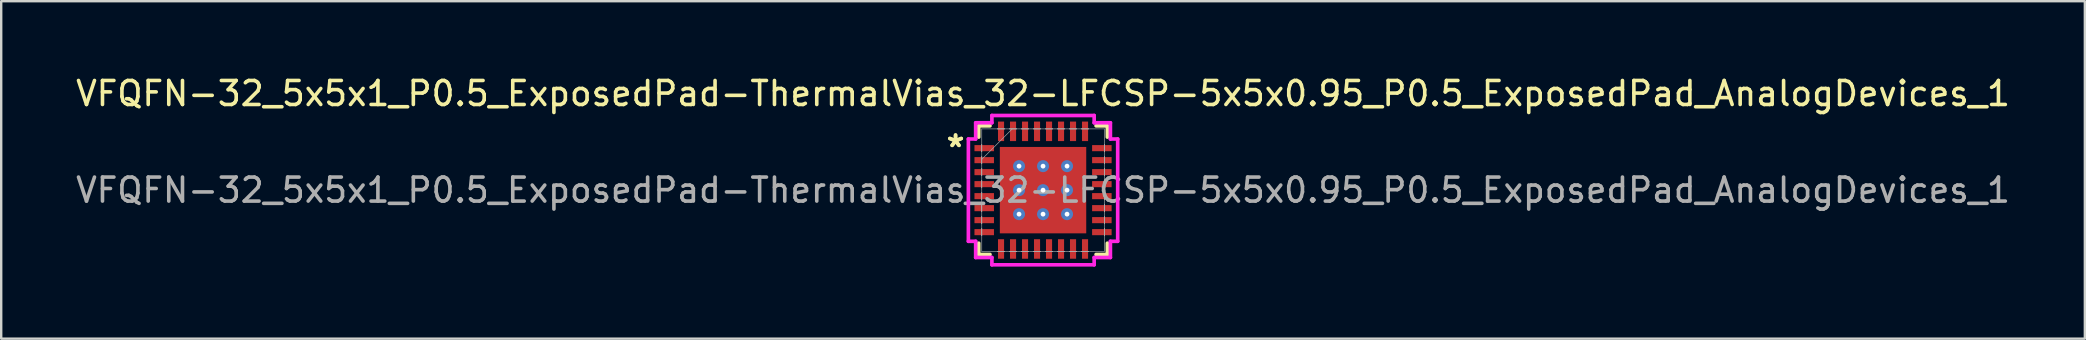
<source format=kicad_pcb>
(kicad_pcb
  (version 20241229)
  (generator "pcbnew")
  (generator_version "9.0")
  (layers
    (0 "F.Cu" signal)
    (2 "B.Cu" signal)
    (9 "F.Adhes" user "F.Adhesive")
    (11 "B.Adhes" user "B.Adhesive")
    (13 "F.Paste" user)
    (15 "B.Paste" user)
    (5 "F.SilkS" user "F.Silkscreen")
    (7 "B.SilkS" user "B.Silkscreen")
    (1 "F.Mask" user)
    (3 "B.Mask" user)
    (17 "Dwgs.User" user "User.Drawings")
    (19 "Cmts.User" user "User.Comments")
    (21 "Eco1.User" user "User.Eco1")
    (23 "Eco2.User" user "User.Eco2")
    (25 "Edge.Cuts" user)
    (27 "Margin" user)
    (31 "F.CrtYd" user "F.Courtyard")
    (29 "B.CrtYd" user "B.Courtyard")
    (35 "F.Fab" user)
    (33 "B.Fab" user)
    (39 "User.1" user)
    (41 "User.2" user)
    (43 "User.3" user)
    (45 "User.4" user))
  (footprint "VFQFN-32_5x5x1_P0.5_ExposedPad-ThermalVias_32-LFCSP-5x5x0.95_P0.5_ExposedPad_AnalogDevices_1"
    (layer "F.Cu")
    (at 40.411 4.873)
    (property "Reference" "VFQFN-32_5x5x1_P0.5_ExposedPad-ThermalVias_32-LFCSP-5x5x0.95_P0.5_ExposedPad_AnalogDevices_1" (at 0 -4.025 0) (unlocked yes) (layer "F.SilkS") (effects (font (size 1 1) (thickness 0.15))))
    (attr smd)
    (fp_line (start -2.68 -2.68) (end -2.68 -2.21) (stroke (width 0.152) (type solid)) (layer "F.SilkS"))
    (fp_line (start -2.68 2.21) (end -2.68 2.68) (stroke (width 0.152) (type solid)) (layer "F.SilkS"))
    (fp_line (start -2.68 2.68) (end -2.21 2.68) (stroke (width 0.152) (type solid)) (layer "F.SilkS"))
    (fp_line (start -2.21 -2.68) (end -2.68 -2.68) (stroke (width 0.152) (type solid)) (layer "F.SilkS"))
    (fp_line (start 2.21 2.68) (end 2.68 2.68) (stroke (width 0.152) (type solid)) (layer "F.SilkS"))
    (fp_line (start 2.68 -2.68) (end 2.21 -2.68) (stroke (width 0.152) (type solid)) (layer "F.SilkS"))
    (fp_line (start 2.68 -2.21) (end 2.68 -2.68) (stroke (width 0.152) (type solid)) (layer "F.SilkS"))
    (fp_line (start 2.68 2.68) (end 2.68 2.21) (stroke (width 0.152) (type solid)) (layer "F.SilkS"))
    (fp_line (start -3.111 -2.131) (end -2.807 -2.131) (stroke (width 0.152) (type solid)) (layer "F.CrtYd"))
    (fp_line (start -3.111 2.131) (end -3.111 -2.131) (stroke (width 0.152) (type solid)) (layer "F.CrtYd"))
    (fp_line (start -2.807 -2.807) (end -2.131 -2.807) (stroke (width 0.152) (type solid)) (layer "F.CrtYd"))
    (fp_line (start -2.807 -2.131) (end -2.807 -2.807) (stroke (width 0.152) (type solid)) (layer "F.CrtYd"))
    (fp_line (start -2.807 2.131) (end -3.111 2.131) (stroke (width 0.152) (type solid)) (layer "F.CrtYd"))
    (fp_line (start -2.807 2.807) (end -2.807 2.131) (stroke (width 0.152) (type solid)) (layer "F.CrtYd"))
    (fp_line (start -2.131 -3.111) (end 2.131 -3.111) (stroke (width 0.152) (type solid)) (layer "F.CrtYd"))
    (fp_line (start -2.131 -2.807) (end -2.131 -3.111) (stroke (width 0.152) (type solid)) (layer "F.CrtYd"))
    (fp_line (start -2.131 2.807) (end -2.807 2.807) (stroke (width 0.152) (type solid)) (layer "F.CrtYd"))
    (fp_line (start -2.131 3.111) (end -2.131 2.807) (stroke (width 0.152) (type solid)) (layer "F.CrtYd"))
    (fp_line (start 2.131 -3.111) (end 2.131 -2.807) (stroke (width 0.152) (type solid)) (layer "F.CrtYd"))
    (fp_line (start 2.131 -2.807) (end 2.807 -2.807) (stroke (width 0.152) (type solid)) (layer "F.CrtYd"))
    (fp_line (start 2.131 2.807) (end 2.131 3.111) (stroke (width 0.152) (type solid)) (layer "F.CrtYd"))
    (fp_line (start 2.131 3.111) (end -2.131 3.111) (stroke (width 0.152) (type solid)) (layer "F.CrtYd"))
    (fp_line (start 2.807 -2.807) (end 2.807 -2.131) (stroke (width 0.152) (type solid)) (layer "F.CrtYd"))
    (fp_line (start 2.807 -2.131) (end 3.111 -2.131) (stroke (width 0.152) (type solid)) (layer "F.CrtYd"))
    (fp_line (start 2.807 2.131) (end 2.807 2.807) (stroke (width 0.152) (type solid)) (layer "F.CrtYd"))
    (fp_line (start 2.807 2.807) (end 2.131 2.807) (stroke (width 0.152) (type solid)) (layer "F.CrtYd"))
    (fp_line (start 3.111 -2.131) (end 3.111 2.131) (stroke (width 0.152) (type solid)) (layer "F.CrtYd"))
    (fp_line (start 3.111 2.131) (end 2.807 2.131) (stroke (width 0.152) (type solid)) (layer "F.CrtYd"))
    (fp_line (start -2.553 -2.553) (end -2.553 2.553) (stroke (width 0.025) (type solid)) (layer "F.Fab"))
    (fp_line (start -2.553 -1.902) (end -2.553 -1.902) (stroke (width 0.025) (type solid)) (layer "F.Fab"))
    (fp_line (start -2.553 -1.902) (end -2.553 -1.598) (stroke (width 0.025) (type solid)) (layer "F.Fab"))
    (fp_line (start -2.553 -1.598) (end -2.553 -1.902) (stroke (width 0.025) (type solid)) (layer "F.Fab"))
    (fp_line (start -2.553 -1.598) (end -2.553 -1.598) (stroke (width 0.025) (type solid)) (layer "F.Fab"))
    (fp_line (start -2.553 -1.402) (end -2.553 -1.402) (stroke (width 0.025) (type solid)) (layer "F.Fab"))
    (fp_line (start -2.553 -1.402) (end -2.553 -1.098) (stroke (width 0.025) (type solid)) (layer "F.Fab"))
    (fp_line (start -2.553 -1.283) (end -1.283 -2.553) (stroke (width 0.025) (type solid)) (layer "F.Fab"))
    (fp_line (start -2.553 -1.098) (end -2.553 -1.402) (stroke (width 0.025) (type solid)) (layer "F.Fab"))
    (fp_line (start -2.553 -1.098) (end -2.553 -1.098) (stroke (width 0.025) (type solid)) (layer "F.Fab"))
    (fp_line (start -2.553 -0.902) (end -2.553 -0.902) (stroke (width 0.025) (type solid)) (layer "F.Fab"))
    (fp_line (start -2.553 -0.902) (end -2.553 -0.598) (stroke (width 0.025) (type solid)) (layer "F.Fab"))
    (fp_line (start -2.553 -0.598) (end -2.553 -0.902) (stroke (width 0.025) (type solid)) (layer "F.Fab"))
    (fp_line (start -2.553 -0.598) (end -2.553 -0.598) (stroke (width 0.025) (type solid)) (layer "F.Fab"))
    (fp_line (start -2.553 -0.402) (end -2.553 -0.402) (stroke (width 0.025) (type solid)) (layer "F.Fab"))
    (fp_line (start -2.553 -0.402) (end -2.553 -0.098) (stroke (width 0.025) (type solid)) (layer "F.Fab"))
    (fp_line (start -2.553 -0.098) (end -2.553 -0.402) (stroke (width 0.025) (type solid)) (layer "F.Fab"))
    (fp_line (start -2.553 -0.098) (end -2.553 -0.098) (stroke (width 0.025) (type solid)) (layer "F.Fab"))
    (fp_line (start -2.553 0.098) (end -2.553 0.098) (stroke (width 0.025) (type solid)) (layer "F.Fab"))
    (fp_line (start -2.553 0.098) (end -2.553 0.402) (stroke (width 0.025) (type solid)) (layer "F.Fab"))
    (fp_line (start -2.553 0.402) (end -2.553 0.098) (stroke (width 0.025) (type solid)) (layer "F.Fab"))
    (fp_line (start -2.553 0.402) (end -2.553 0.402) (stroke (width 0.025) (type solid)) (layer "F.Fab"))
    (fp_line (start -2.553 0.598) (end -2.553 0.598) (stroke (width 0.025) (type solid)) (layer "F.Fab"))
    (fp_line (start -2.553 0.598) (end -2.553 0.902) (stroke (width 0.025) (type solid)) (layer "F.Fab"))
    (fp_line (start -2.553 0.902) (end -2.553 0.598) (stroke (width 0.025) (type solid)) (layer "F.Fab"))
    (fp_line (start -2.553 0.902) (end -2.553 0.902) (stroke (width 0.025) (type solid)) (layer "F.Fab"))
    (fp_line (start -2.553 1.098) (end -2.553 1.098) (stroke (width 0.025) (type solid)) (layer "F.Fab"))
    (fp_line (start -2.553 1.098) (end -2.553 1.402) (stroke (width 0.025) (type solid)) (layer "F.Fab"))
    (fp_line (start -2.553 1.402) (end -2.553 1.098) (stroke (width 0.025) (type solid)) (layer "F.Fab"))
    (fp_line (start -2.553 1.402) (end -2.553 1.402) (stroke (width 0.025) (type solid)) (layer "F.Fab"))
    (fp_line (start -2.553 1.598) (end -2.553 1.598) (stroke (width 0.025) (type solid)) (layer "F.Fab"))
    (fp_line (start -2.553 1.598) (end -2.553 1.902) (stroke (width 0.025) (type solid)) (layer "F.Fab"))
    (fp_line (start -2.553 1.902) (end -2.553 1.598) (stroke (width 0.025) (type solid)) (layer "F.Fab"))
    (fp_line (start -2.553 1.902) (end -2.553 1.902) (stroke (width 0.025) (type solid)) (layer "F.Fab"))
    (fp_line (start -2.553 2.553) (end 2.553 2.553) (stroke (width 0.025) (type solid)) (layer "F.Fab"))
    (fp_line (start -1.902 -2.553) (end -1.902 -2.553) (stroke (width 0.025) (type solid)) (layer "F.Fab"))
    (fp_line (start -1.902 -2.553) (end -1.598 -2.553) (stroke (width 0.025) (type solid)) (layer "F.Fab"))
    (fp_line (start -1.902 2.553) (end -1.902 2.553) (stroke (width 0.025) (type solid)) (layer "F.Fab"))
    (fp_line (start -1.902 2.553) (end -1.598 2.553) (stroke (width 0.025) (type solid)) (layer "F.Fab"))
    (fp_line (start -1.598 -2.553) (end -1.902 -2.553) (stroke (width 0.025) (type solid)) (layer "F.Fab"))
    (fp_line (start -1.598 -2.553) (end -1.598 -2.553) (stroke (width 0.025) (type solid)) (layer "F.Fab"))
    (fp_line (start -1.598 2.553) (end -1.902 2.553) (stroke (width 0.025) (type solid)) (layer "F.Fab"))
    (fp_line (start -1.598 2.553) (end -1.598 2.553) (stroke (width 0.025) (type solid)) (layer "F.Fab"))
    (fp_line (start -1.402 -2.553) (end -1.402 -2.553) (stroke (width 0.025) (type solid)) (layer "F.Fab"))
    (fp_line (start -1.402 -2.553) (end -1.098 -2.553) (stroke (width 0.025) (type solid)) (layer "F.Fab"))
    (fp_line (start -1.402 2.553) (end -1.402 2.553) (stroke (width 0.025) (type solid)) (layer "F.Fab"))
    (fp_line (start -1.402 2.553) (end -1.098 2.553) (stroke (width 0.025) (type solid)) (layer "F.Fab"))
    (fp_line (start -1.098 -2.553) (end -1.402 -2.553) (stroke (width 0.025) (type solid)) (layer "F.Fab"))
    (fp_line (start -1.098 -2.553) (end -1.098 -2.553) (stroke (width 0.025) (type solid)) (layer "F.Fab"))
    (fp_line (start -1.098 2.553) (end -1.402 2.553) (stroke (width 0.025) (type solid)) (layer "F.Fab"))
    (fp_line (start -1.098 2.553) (end -1.098 2.553) (stroke (width 0.025) (type solid)) (layer "F.Fab"))
    (fp_line (start -0.902 -2.553) (end -0.902 -2.553) (stroke (width 0.025) (type solid)) (layer "F.Fab"))
    (fp_line (start -0.902 -2.553) (end -0.598 -2.553) (stroke (width 0.025) (type solid)) (layer "F.Fab"))
    (fp_line (start -0.902 2.553) (end -0.902 2.553) (stroke (width 0.025) (type solid)) (layer "F.Fab"))
    (fp_line (start -0.902 2.553) (end -0.598 2.553) (stroke (width 0.025) (type solid)) (layer "F.Fab"))
    (fp_line (start -0.598 -2.553) (end -0.902 -2.553) (stroke (width 0.025) (type solid)) (layer "F.Fab"))
    (fp_line (start -0.598 -2.553) (end -0.598 -2.553) (stroke (width 0.025) (type solid)) (layer "F.Fab"))
    (fp_line (start -0.598 2.553) (end -0.902 2.553) (stroke (width 0.025) (type solid)) (layer "F.Fab"))
    (fp_line (start -0.598 2.553) (end -0.598 2.553) (stroke (width 0.025) (type solid)) (layer "F.Fab"))
    (fp_line (start -0.402 -2.553) (end -0.402 -2.553) (stroke (width 0.025) (type solid)) (layer "F.Fab"))
    (fp_line (start -0.402 -2.553) (end -0.098 -2.553) (stroke (width 0.025) (type solid)) (layer "F.Fab"))
    (fp_line (start -0.402 2.553) (end -0.402 2.553) (stroke (width 0.025) (type solid)) (layer "F.Fab"))
    (fp_line (start -0.402 2.553) (end -0.098 2.553) (stroke (width 0.025) (type solid)) (layer "F.Fab"))
    (fp_line (start -0.098 -2.553) (end -0.402 -2.553) (stroke (width 0.025) (type solid)) (layer "F.Fab"))
    (fp_line (start -0.098 -2.553) (end -0.098 -2.553) (stroke (width 0.025) (type solid)) (layer "F.Fab"))
    (fp_line (start -0.098 2.553) (end -0.402 2.553) (stroke (width 0.025) (type solid)) (layer "F.Fab"))
    (fp_line (start -0.098 2.553) (end -0.098 2.553) (stroke (width 0.025) (type solid)) (layer "F.Fab"))
    (fp_line (start 0.098 -2.553) (end 0.098 -2.553) (stroke (width 0.025) (type solid)) (layer "F.Fab"))
    (fp_line (start 0.098 -2.553) (end 0.402 -2.553) (stroke (width 0.025) (type solid)) (layer "F.Fab"))
    (fp_line (start 0.098 2.553) (end 0.098 2.553) (stroke (width 0.025) (type solid)) (layer "F.Fab"))
    (fp_line (start 0.098 2.553) (end 0.402 2.553) (stroke (width 0.025) (type solid)) (layer "F.Fab"))
    (fp_line (start 0.402 -2.553) (end 0.098 -2.553) (stroke (width 0.025) (type solid)) (layer "F.Fab"))
    (fp_line (start 0.402 -2.553) (end 0.402 -2.553) (stroke (width 0.025) (type solid)) (layer "F.Fab"))
    (fp_line (start 0.402 2.553) (end 0.098 2.553) (stroke (width 0.025) (type solid)) (layer "F.Fab"))
    (fp_line (start 0.402 2.553) (end 0.402 2.553) (stroke (width 0.025) (type solid)) (layer "F.Fab"))
    (fp_line (start 0.598 -2.553) (end 0.598 -2.553) (stroke (width 0.025) (type solid)) (layer "F.Fab"))
    (fp_line (start 0.598 -2.553) (end 0.902 -2.553) (stroke (width 0.025) (type solid)) (layer "F.Fab"))
    (fp_line (start 0.598 2.553) (end 0.598 2.553) (stroke (width 0.025) (type solid)) (layer "F.Fab"))
    (fp_line (start 0.598 2.553) (end 0.902 2.553) (stroke (width 0.025) (type solid)) (layer "F.Fab"))
    (fp_line (start 0.902 -2.553) (end 0.598 -2.553) (stroke (width 0.025) (type solid)) (layer "F.Fab"))
    (fp_line (start 0.902 -2.553) (end 0.902 -2.553) (stroke (width 0.025) (type solid)) (layer "F.Fab"))
    (fp_line (start 0.902 2.553) (end 0.598 2.553) (stroke (width 0.025) (type solid)) (layer "F.Fab"))
    (fp_line (start 0.902 2.553) (end 0.902 2.553) (stroke (width 0.025) (type solid)) (layer "F.Fab"))
    (fp_line (start 1.098 -2.553) (end 1.098 -2.553) (stroke (width 0.025) (type solid)) (layer "F.Fab"))
    (fp_line (start 1.098 -2.553) (end 1.402 -2.553) (stroke (width 0.025) (type solid)) (layer "F.Fab"))
    (fp_line (start 1.098 2.553) (end 1.098 2.553) (stroke (width 0.025) (type solid)) (layer "F.Fab"))
    (fp_line (start 1.098 2.553) (end 1.402 2.553) (stroke (width 0.025) (type solid)) (layer "F.Fab"))
    (fp_line (start 1.402 -2.553) (end 1.098 -2.553) (stroke (width 0.025) (type solid)) (layer "F.Fab"))
    (fp_line (start 1.402 -2.553) (end 1.402 -2.553) (stroke (width 0.025) (type solid)) (layer "F.Fab"))
    (fp_line (start 1.402 2.553) (end 1.098 2.553) (stroke (width 0.025) (type solid)) (layer "F.Fab"))
    (fp_line (start 1.402 2.553) (end 1.402 2.553) (stroke (width 0.025) (type solid)) (layer "F.Fab"))
    (fp_line (start 1.598 -2.553) (end 1.598 -2.553) (stroke (width 0.025) (type solid)) (layer "F.Fab"))
    (fp_line (start 1.598 -2.553) (end 1.902 -2.553) (stroke (width 0.025) (type solid)) (layer "F.Fab"))
    (fp_line (start 1.598 2.553) (end 1.598 2.553) (stroke (width 0.025) (type solid)) (layer "F.Fab"))
    (fp_line (start 1.598 2.553) (end 1.902 2.553) (stroke (width 0.025) (type solid)) (layer "F.Fab"))
    (fp_line (start 1.902 -2.553) (end 1.598 -2.553) (stroke (width 0.025) (type solid)) (layer "F.Fab"))
    (fp_line (start 1.902 -2.553) (end 1.902 -2.553) (stroke (width 0.025) (type solid)) (layer "F.Fab"))
    (fp_line (start 1.902 2.553) (end 1.598 2.553) (stroke (width 0.025) (type solid)) (layer "F.Fab"))
    (fp_line (start 1.902 2.553) (end 1.902 2.553) (stroke (width 0.025) (type solid)) (layer "F.Fab"))
    (fp_line (start 2.553 -2.553) (end -2.553 -2.553) (stroke (width 0.025) (type solid)) (layer "F.Fab"))
    (fp_line (start 2.553 -1.902) (end 2.553 -1.902) (stroke (width 0.025) (type solid)) (layer "F.Fab"))
    (fp_line (start 2.553 -1.902) (end 2.553 -1.598) (stroke (width 0.025) (type solid)) (layer "F.Fab"))
    (fp_line (start 2.553 -1.598) (end 2.553 -1.902) (stroke (width 0.025) (type solid)) (layer "F.Fab"))
    (fp_line (start 2.553 -1.598) (end 2.553 -1.598) (stroke (width 0.025) (type solid)) (layer "F.Fab"))
    (fp_line (start 2.553 -1.402) (end 2.553 -1.402) (stroke (width 0.025) (type solid)) (layer "F.Fab"))
    (fp_line (start 2.553 -1.402) (end 2.553 -1.098) (stroke (width 0.025) (type solid)) (layer "F.Fab"))
    (fp_line (start 2.553 -1.098) (end 2.553 -1.402) (stroke (width 0.025) (type solid)) (layer "F.Fab"))
    (fp_line (start 2.553 -1.098) (end 2.553 -1.098) (stroke (width 0.025) (type solid)) (layer "F.Fab"))
    (fp_line (start 2.553 -0.902) (end 2.553 -0.902) (stroke (width 0.025) (type solid)) (layer "F.Fab"))
    (fp_line (start 2.553 -0.902) (end 2.553 -0.598) (stroke (width 0.025) (type solid)) (layer "F.Fab"))
    (fp_line (start 2.553 -0.598) (end 2.553 -0.902) (stroke (width 0.025) (type solid)) (layer "F.Fab"))
    (fp_line (start 2.553 -0.598) (end 2.553 -0.598) (stroke (width 0.025) (type solid)) (layer "F.Fab"))
    (fp_line (start 2.553 -0.402) (end 2.553 -0.402) (stroke (width 0.025) (type solid)) (layer "F.Fab"))
    (fp_line (start 2.553 -0.402) (end 2.553 -0.098) (stroke (width 0.025) (type solid)) (layer "F.Fab"))
    (fp_line (start 2.553 -0.098) (end 2.553 -0.402) (stroke (width 0.025) (type solid)) (layer "F.Fab"))
    (fp_line (start 2.553 -0.098) (end 2.553 -0.098) (stroke (width 0.025) (type solid)) (layer "F.Fab"))
    (fp_line (start 2.553 0.098) (end 2.553 0.098) (stroke (width 0.025) (type solid)) (layer "F.Fab"))
    (fp_line (start 2.553 0.098) (end 2.553 0.402) (stroke (width 0.025) (type solid)) (layer "F.Fab"))
    (fp_line (start 2.553 0.402) (end 2.553 0.098) (stroke (width 0.025) (type solid)) (layer "F.Fab"))
    (fp_line (start 2.553 0.402) (end 2.553 0.402) (stroke (width 0.025) (type solid)) (layer "F.Fab"))
    (fp_line (start 2.553 0.598) (end 2.553 0.598) (stroke (width 0.025) (type solid)) (layer "F.Fab"))
    (fp_line (start 2.553 0.598) (end 2.553 0.902) (stroke (width 0.025) (type solid)) (layer "F.Fab"))
    (fp_line (start 2.553 0.902) (end 2.553 0.598) (stroke (width 0.025) (type solid)) (layer "F.Fab"))
    (fp_line (start 2.553 0.902) (end 2.553 0.902) (stroke (width 0.025) (type solid)) (layer "F.Fab"))
    (fp_line (start 2.553 1.098) (end 2.553 1.098) (stroke (width 0.025) (type solid)) (layer "F.Fab"))
    (fp_line (start 2.553 1.098) (end 2.553 1.402) (stroke (width 0.025) (type solid)) (layer "F.Fab"))
    (fp_line (start 2.553 1.402) (end 2.553 1.098) (stroke (width 0.025) (type solid)) (layer "F.Fab"))
    (fp_line (start 2.553 1.402) (end 2.553 1.402) (stroke (width 0.025) (type solid)) (layer "F.Fab"))
    (fp_line (start 2.553 1.598) (end 2.553 1.598) (stroke (width 0.025) (type solid)) (layer "F.Fab"))
    (fp_line (start 2.553 1.598) (end 2.553 1.902) (stroke (width 0.025) (type solid)) (layer "F.Fab"))
    (fp_line (start 2.553 1.902) (end 2.553 1.598) (stroke (width 0.025) (type solid)) (layer "F.Fab"))
    (fp_line (start 2.553 1.902) (end 2.553 1.902) (stroke (width 0.025) (type solid)) (layer "F.Fab"))
    (fp_line (start 2.553 2.553) (end 2.553 -2.553) (stroke (width 0.025) (type solid)) (layer "F.Fab"))
    (fp_text user "*" (at -3.645 -1.75 0) (unlocked yes) (layer "F.SilkS") (effects (font (size 1 1) (thickness 0.15))))
    (fp_text user "*" (at -3.645 -1.75 0) (layer "F.SilkS") (effects (font (size 1 1) (thickness 0.15))))
    (fp_text user "${REFERENCE}" (at 0 0 0) (unlocked yes) (layer "F.Fab") (effects (font (size 1 1) (thickness 0.15))))
    (pad "1" smd rect (at -2.451 -1.75 90) (size 0.254 0.813) (layers "F.Cu" "F.Mask" "F.Paste"))
    (pad "2" smd rect (at -2.451 -1.25 90) (size 0.254 0.813) (layers "F.Cu" "F.Mask" "F.Paste"))
    (pad "3" smd rect (at -2.451 -0.75 90) (size 0.254 0.813) (layers "F.Cu" "F.Mask" "F.Paste"))
    (pad "4" smd rect (at -2.451 -0.25 90) (size 0.254 0.813) (layers "F.Cu" "F.Mask" "F.Paste"))
    (pad "5" smd rect (at -2.451 0.25 90) (size 0.254 0.813) (layers "F.Cu" "F.Mask" "F.Paste"))
    (pad "6" smd rect (at -2.451 0.75 90) (size 0.254 0.813) (layers "F.Cu" "F.Mask" "F.Paste"))
    (pad "7" smd rect (at -2.451 1.25 90) (size 0.254 0.813) (layers "F.Cu" "F.Mask" "F.Paste"))
    (pad "8" smd rect (at -2.451 1.75 90) (size 0.254 0.813) (layers "F.Cu" "F.Mask" "F.Paste"))
    (pad "9" smd rect (at -1.75 2.451) (size 0.254 0.813) (layers "F.Cu" "F.Mask" "F.Paste"))
    (pad "10" smd rect (at -1.25 2.451) (size 0.254 0.813) (layers "F.Cu" "F.Mask" "F.Paste"))
    (pad "11" smd rect (at -0.75 2.451) (size 0.254 0.813) (layers "F.Cu" "F.Mask" "F.Paste"))
    (pad "12" smd rect (at -0.25 2.451) (size 0.254 0.813) (layers "F.Cu" "F.Mask" "F.Paste"))
    (pad "13" smd rect (at 0.25 2.451) (size 0.254 0.813) (layers "F.Cu" "F.Mask" "F.Paste"))
    (pad "14" smd rect (at 0.75 2.451) (size 0.254 0.813) (layers "F.Cu" "F.Mask" "F.Paste"))
    (pad "15" smd rect (at 1.25 2.451) (size 0.254 0.813) (layers "F.Cu" "F.Mask" "F.Paste"))
    (pad "16" smd rect (at 1.75 2.451) (size 0.254 0.813) (layers "F.Cu" "F.Mask" "F.Paste"))
    (pad "17" smd rect (at 2.451 1.75 90) (size 0.254 0.813) (layers "F.Cu" "F.Mask" "F.Paste"))
    (pad "18" smd rect (at 2.451 1.25 90) (size 0.254 0.813) (layers "F.Cu" "F.Mask" "F.Paste"))
    (pad "19" smd rect (at 2.451 0.75 90) (size 0.254 0.813) (layers "F.Cu" "F.Mask" "F.Paste"))
    (pad "20" smd rect (at 2.451 0.25 90) (size 0.254 0.813) (layers "F.Cu" "F.Mask" "F.Paste"))
    (pad "21" smd rect (at 2.451 -0.25 90) (size 0.254 0.813) (layers "F.Cu" "F.Mask" "F.Paste"))
    (pad "22" smd rect (at 2.451 -0.75 90) (size 0.254 0.813) (layers "F.Cu" "F.Mask" "F.Paste"))
    (pad "23" smd rect (at 2.451 -1.25 90) (size 0.254 0.813) (layers "F.Cu" "F.Mask" "F.Paste"))
    (pad "24" smd rect (at 2.451 -1.75 90) (size 0.254 0.813) (layers "F.Cu" "F.Mask" "F.Paste"))
    (pad "25" smd rect (at 1.75 -2.451) (size 0.254 0.813) (layers "F.Cu" "F.Mask" "F.Paste"))
    (pad "26" smd rect (at 1.25 -2.451) (size 0.254 0.813) (layers "F.Cu" "F.Mask" "F.Paste"))
    (pad "27" smd rect (at 0.75 -2.451) (size 0.254 0.813) (layers "F.Cu" "F.Mask" "F.Paste"))
    (pad "28" smd rect (at 0.25 -2.451) (size 0.254 0.813) (layers "F.Cu" "F.Mask" "F.Paste"))
    (pad "29" smd rect (at -0.25 -2.451) (size 0.254 0.813) (layers "F.Cu" "F.Mask" "F.Paste"))
    (pad "30" smd rect (at -0.75 -2.451) (size 0.254 0.813) (layers "F.Cu" "F.Mask" "F.Paste"))
    (pad "31" smd rect (at -1.25 -2.451) (size 0.254 0.813) (layers "F.Cu" "F.Mask" "F.Paste"))
    (pad "32" smd rect (at -1.75 -2.451) (size 0.254 0.813) (layers "F.Cu" "F.Mask" "F.Paste"))
    (pad "33" thru_hole circle (at -1 -1) (size 0.5 0.5) (drill 0.2) (property pad_prop_heatsink) (layers "*.Cu"))
    (pad "33" thru_hole circle (at -1 0) (size 0.5 0.5) (drill 0.2) (property pad_prop_heatsink) (layers "*.Cu"))
    (pad "33" thru_hole circle (at -1 1) (size 0.5 0.5) (drill 0.2) (property pad_prop_heatsink) (layers "*.Cu"))
    (pad "33" thru_hole circle (at 0 -1) (size 0.5 0.5) (drill 0.2) (property pad_prop_heatsink) (layers "*.Cu"))
    (pad "33" thru_hole circle (at 0 0) (size 0.5 0.5) (drill 0.2) (property pad_prop_heatsink) (layers "*.Cu"))
    (pad "33" smd rect (at 0 0) (size 3.6 3.6) (layers "F.Cu" "F.Mask" "F.Paste"))
    (pad "33" thru_hole circle (at 0 1) (size 0.5 0.5) (drill 0.2) (property pad_prop_heatsink) (layers "*.Cu"))
    (pad "33" thru_hole circle (at 1 -1) (size 0.5 0.5) (drill 0.2) (property pad_prop_heatsink) (layers "*.Cu"))
    (pad "33" thru_hole circle (at 1 0) (size 0.5 0.5) (drill 0.2) (property pad_prop_heatsink) (layers "*.Cu"))
    (pad "33" thru_hole circle (at 1 1) (size 0.5 0.5) (drill 0.2) (property pad_prop_heatsink) (layers "*.Cu")))
  (gr_rect
    (start -3 -3)
    (end 83.821 11.061)
    (stroke (width 0.1) (type default))
    (fill no)
    (layer "Edge.Cuts")))
</source>
